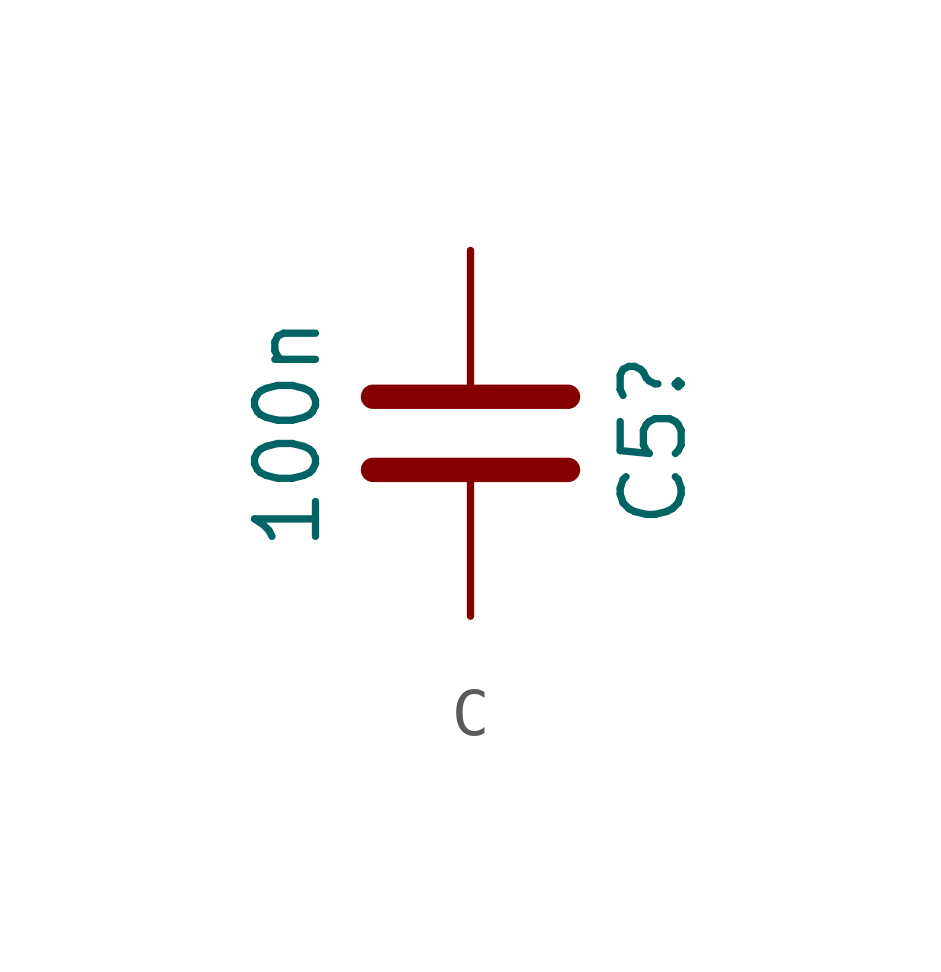
<source format=kicad_sym>
(kicad_symbol_lib
  (version 20241209)
  (generator "kicad_symbol_editor")
  (generator_version "9.0")
  (symbol "C"
    (pin_numbers
      (hide yes))
    (pin_names
      (offset 0.254))
    (property "Reference" "C5"
      (at 3.81 -2.032 90)
      (effects (font (size 1.27 1.27)) (justify left)))
    (property "Value" "100n"
      (at -3.81 0 90)
      (effects (font (size 1.27 1.27))))
    (symbol "C_0_1"
      (polyline (pts (xy -2.032 0.762) (xy 2.032 0.762)) (stroke (width 0.508) (type default)) (fill (type none)))
      (polyline (pts (xy -2.032 -0.762) (xy 2.032 -0.762)) (stroke (width 0.508) (type default)) (fill (type none))))
    (symbol "C_1_1"
      (pin passive line (at 0 3.81 270) (length 2.794) (name "~" (effects (font (size 1.27 1.27)))) (number "1" (effects (font (size 1.27 1.27)))))
      (pin passive line (at 0 -3.81 90) (length 2.794) (name "~" (effects (font (size 1.27 1.27)))) (number "2" (effects (font (size 1.27 1.27))))))))
</source>
